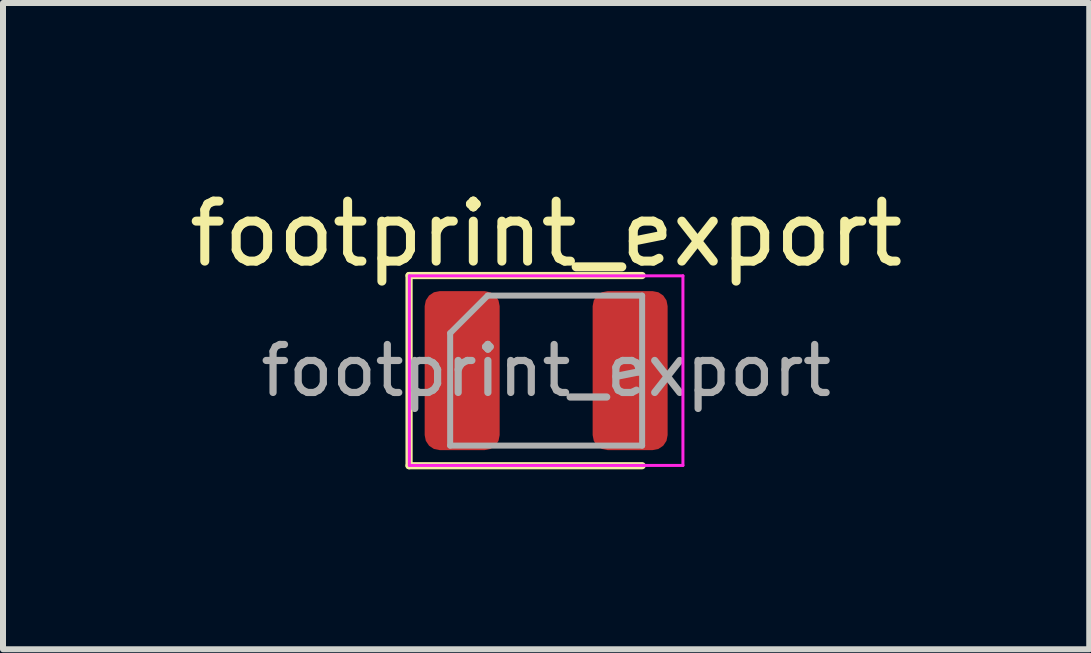
<source format=kicad_pcb>
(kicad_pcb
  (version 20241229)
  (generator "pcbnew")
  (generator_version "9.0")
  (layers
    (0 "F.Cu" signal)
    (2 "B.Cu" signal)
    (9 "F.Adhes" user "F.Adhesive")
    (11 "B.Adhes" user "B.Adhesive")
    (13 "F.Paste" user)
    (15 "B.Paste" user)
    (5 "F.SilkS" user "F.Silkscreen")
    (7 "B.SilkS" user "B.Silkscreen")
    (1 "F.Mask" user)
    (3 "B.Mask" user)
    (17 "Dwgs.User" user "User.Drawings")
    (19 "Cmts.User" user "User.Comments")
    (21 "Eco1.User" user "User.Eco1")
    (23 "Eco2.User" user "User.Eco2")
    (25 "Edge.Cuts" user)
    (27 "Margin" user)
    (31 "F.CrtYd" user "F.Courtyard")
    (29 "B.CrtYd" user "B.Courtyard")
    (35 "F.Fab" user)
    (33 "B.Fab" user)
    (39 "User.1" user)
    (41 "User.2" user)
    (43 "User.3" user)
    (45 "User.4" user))
  (footprint "footprint_export"
    (layer "F.Cu")
    (at 6.054 3.128)
    (property "Reference" "footprint_export" (at 0 -2.28 0) (layer "F.SilkS") (effects (font (size 1 1) (thickness 0.15))))
    (attr smd)
    (fp_line (start -2.285 -1.585) (end -2.285 1.585) (stroke (width 0.12) (type solid)) (layer "F.SilkS"))
    (fp_line (start -2.285 1.585) (end 1.6 1.585) (stroke (width 0.12) (type solid)) (layer "F.SilkS"))
    (fp_line (start 1.6 -1.585) (end -2.285 -1.585) (stroke (width 0.12) (type solid)) (layer "F.SilkS"))
    (fp_line (start -2.28 -1.58) (end 2.28 -1.58) (stroke (width 0.05) (type solid)) (layer "F.CrtYd"))
    (fp_line (start -2.28 1.58) (end -2.28 -1.58) (stroke (width 0.05) (type solid)) (layer "F.CrtYd"))
    (fp_line (start 2.28 -1.58) (end 2.28 1.58) (stroke (width 0.05) (type solid)) (layer "F.CrtYd"))
    (fp_line (start 2.28 1.58) (end -2.28 1.58) (stroke (width 0.05) (type solid)) (layer "F.CrtYd"))
    (fp_line (start -1.6 -0.625) (end -1.6 1.25) (stroke (width 0.1) (type solid)) (layer "F.Fab"))
    (fp_line (start -1.6 1.25) (end 1.6 1.25) (stroke (width 0.1) (type solid)) (layer "F.Fab"))
    (fp_line (start -0.975 -1.25) (end -1.6 -0.625) (stroke (width 0.1) (type solid)) (layer "F.Fab"))
    (fp_line (start 1.6 -1.25) (end -0.975 -1.25) (stroke (width 0.1) (type solid)) (layer "F.Fab"))
    (fp_line (start 1.6 1.25) (end 1.6 -1.25) (stroke (width 0.1) (type solid)) (layer "F.Fab"))
    (fp_text user "${REFERENCE}" (at 0 0 0) (layer "F.Fab") (effects (font (size 0.8 0.8) (thickness 0.12))))
    (pad "1" smd roundrect (at -1.4 0) (size 1.25 2.65) (layers "F.Cu" "F.Mask" "F.Paste") (roundrect_rratio 0.2))
    (pad "2" smd roundrect (at 1.4 0) (size 1.25 2.65) (layers "F.Cu" "F.Mask" "F.Paste") (roundrect_rratio 0.2)))
  (gr_rect
    (start -3 -3)
    (end 15.107 7.773)
    (stroke (width 0.1) (type default))
    (fill no)
    (layer "Edge.Cuts")))
</source>
